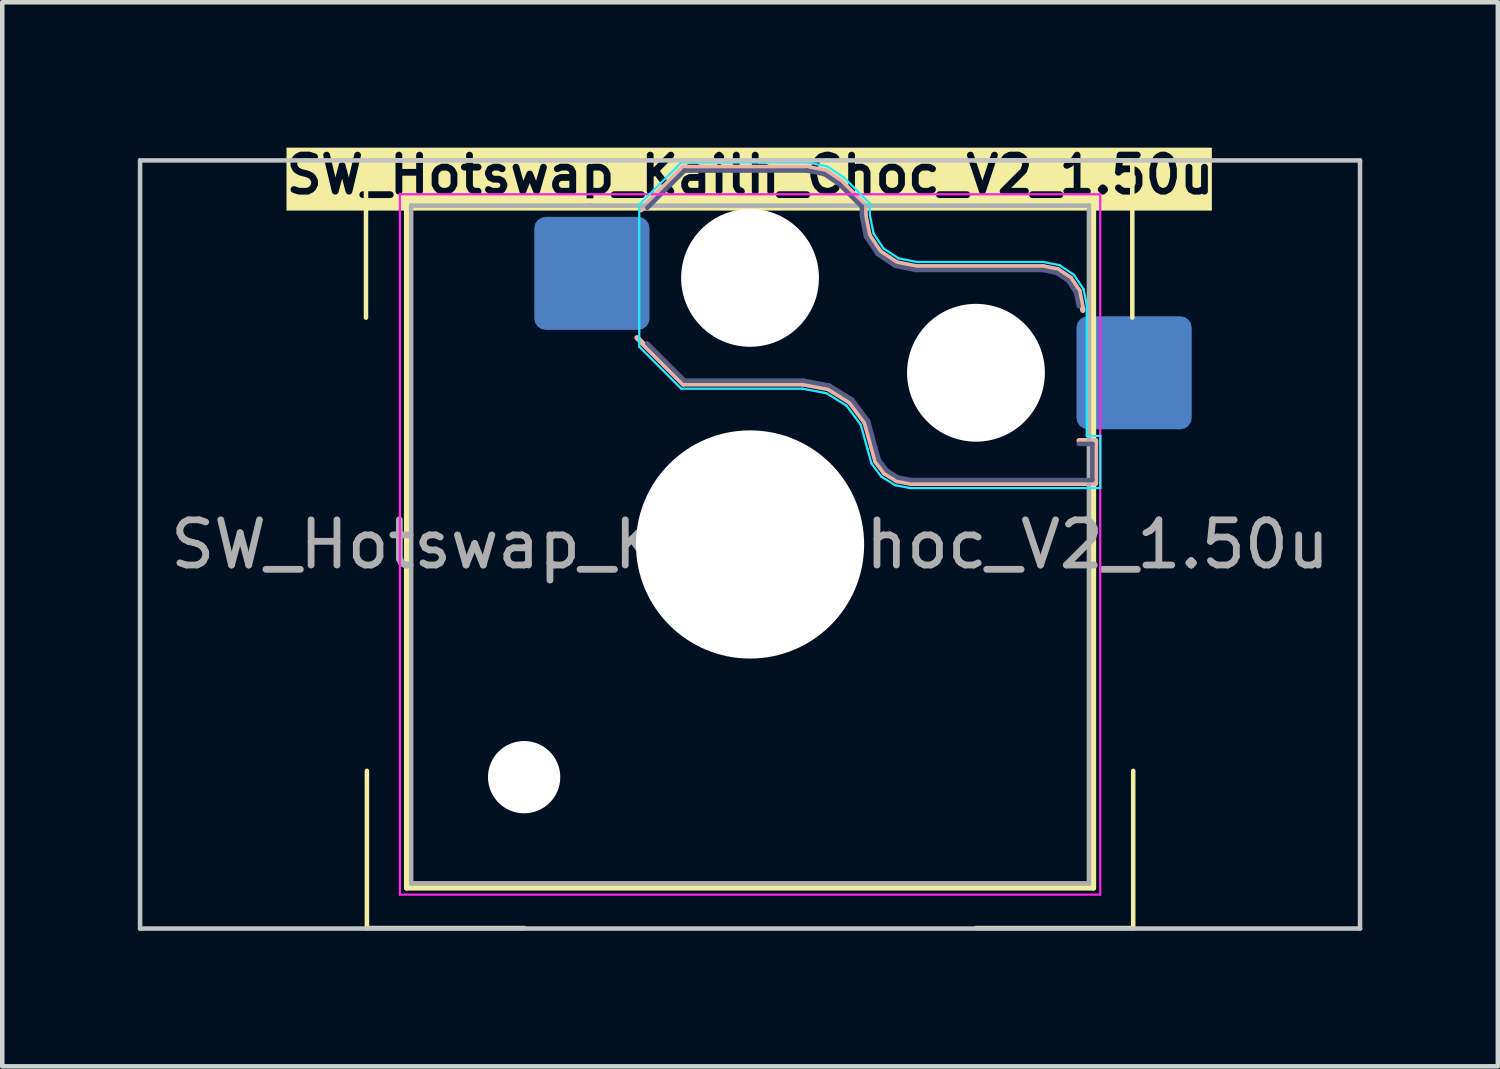
<source format=kicad_pcb>
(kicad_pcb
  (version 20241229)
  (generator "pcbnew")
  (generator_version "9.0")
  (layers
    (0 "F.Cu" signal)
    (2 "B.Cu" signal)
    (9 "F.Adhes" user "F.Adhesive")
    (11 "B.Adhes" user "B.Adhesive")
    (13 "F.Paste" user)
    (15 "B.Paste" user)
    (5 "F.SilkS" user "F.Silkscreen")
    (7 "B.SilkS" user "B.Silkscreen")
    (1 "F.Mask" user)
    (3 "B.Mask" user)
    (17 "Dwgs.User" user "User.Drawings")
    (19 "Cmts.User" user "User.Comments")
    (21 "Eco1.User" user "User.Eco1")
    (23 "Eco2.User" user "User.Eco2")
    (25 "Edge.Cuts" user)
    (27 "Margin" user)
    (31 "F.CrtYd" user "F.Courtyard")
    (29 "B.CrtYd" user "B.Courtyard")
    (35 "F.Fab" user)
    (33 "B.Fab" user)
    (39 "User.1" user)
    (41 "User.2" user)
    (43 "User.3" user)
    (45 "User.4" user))
  (footprint "SW_Hotswap_Kailh_Choc_V2_1.50u"
    (layer "F.Cu")
    (at 13.55 9)
    (property "Reference" "SW_Hotswap_Kailh_Choc_V2_1.50u" (at 0 -8.18 0) (layer "F.SilkS" knockout) (effects (font (size 0.8 0.8) (thickness 0.15))))
    (attr smd)
    (fp_line (start -8.5 -8.5) (end -5.02 -8.5) (stroke (width 0.1) (type default)) (layer "F.SilkS"))
    (fp_line (start -8.5 -5.02) (end -8.5 -8.5) (stroke (width 0.1) (type default)) (layer "F.SilkS"))
    (fp_line (start -8.48 5.01) (end -8.48 8.49) (stroke (width 0.1) (type default)) (layer "F.SilkS"))
    (fp_line (start -8.48 8.49) (end -5 8.49) (stroke (width 0.1) (type default)) (layer "F.SilkS"))
    (fp_line (start -7.6 -7.6) (end -7.6 7.6) (stroke (width 0.12) (type solid)) (layer "F.SilkS"))
    (fp_line (start -7.6 7.6) (end 7.6 7.6) (stroke (width 0.12) (type solid)) (layer "F.SilkS"))
    (fp_line (start 7.6 -7.6) (end -7.6 -7.6) (stroke (width 0.12) (type solid)) (layer "F.SilkS"))
    (fp_line (start 7.6 7.6) (end 7.6 -7.6) (stroke (width 0.12) (type solid)) (layer "F.SilkS"))
    (fp_line (start 8.46 -8.5) (end 4.98 -8.5) (stroke (width 0.1) (type default)) (layer "F.SilkS"))
    (fp_line (start 8.46 -5.02) (end 8.46 -8.5) (stroke (width 0.1) (type default)) (layer "F.SilkS"))
    (fp_line (start 8.48 5.01) (end 8.48 8.49) (stroke (width 0.1) (type default)) (layer "F.SilkS"))
    (fp_line (start 8.48 8.49) (end 5 8.49) (stroke (width 0.1) (type default)) (layer "F.SilkS"))
    (fp_line (start -2.416 -7.409) (end -1.479 -8.346) (stroke (width 0.12) (type solid)) (layer "B.SilkS"))
    (fp_line (start -1.479 -8.346) (end 1.268 -8.346) (stroke (width 0.12) (type solid)) (layer "B.SilkS"))
    (fp_line (start -1.479 -3.554) (end -2.5 -4.575) (stroke (width 0.12) (type solid)) (layer "B.SilkS"))
    (fp_line (start 1.168 -3.554) (end -1.479 -3.554) (stroke (width 0.12) (type solid)) (layer "B.SilkS"))
    (fp_line (start 1.268 -8.346) (end 1.671 -8.266) (stroke (width 0.12) (type solid)) (layer "B.SilkS"))
    (fp_line (start 1.671 -8.266) (end 2.013 -8.037) (stroke (width 0.12) (type solid)) (layer "B.SilkS"))
    (fp_line (start 1.73 -3.449) (end 1.168 -3.554) (stroke (width 0.12) (type solid)) (layer "B.SilkS"))
    (fp_line (start 2.013 -8.037) (end 2.546 -7.504) (stroke (width 0.12) (type solid)) (layer "B.SilkS"))
    (fp_line (start 2.209 -3.15) (end 1.73 -3.449) (stroke (width 0.12) (type solid)) (layer "B.SilkS"))
    (fp_line (start 2.546 -7.504) (end 2.546 -7.282) (stroke (width 0.12) (type solid)) (layer "B.SilkS"))
    (fp_line (start 2.546 -7.282) (end 2.633 -6.844) (stroke (width 0.12) (type solid)) (layer "B.SilkS"))
    (fp_line (start 2.547 -2.697) (end 2.209 -3.15) (stroke (width 0.12) (type solid)) (layer "B.SilkS"))
    (fp_line (start 2.633 -6.844) (end 2.877 -6.477) (stroke (width 0.12) (type solid)) (layer "B.SilkS"))
    (fp_line (start 2.701 -2.139) (end 2.547 -2.697) (stroke (width 0.12) (type solid)) (layer "B.SilkS"))
    (fp_line (start 2.783 -1.841) (end 2.701 -2.139) (stroke (width 0.12) (type solid)) (layer "B.SilkS"))
    (fp_line (start 2.877 -6.477) (end 3.244 -6.233) (stroke (width 0.12) (type solid)) (layer "B.SilkS"))
    (fp_line (start 2.976 -1.583) (end 2.783 -1.841) (stroke (width 0.12) (type solid)) (layer "B.SilkS"))
    (fp_line (start 3.244 -6.233) (end 3.682 -6.146) (stroke (width 0.12) (type solid)) (layer "B.SilkS"))
    (fp_line (start 3.25 -1.413) (end 2.976 -1.583) (stroke (width 0.12) (type solid)) (layer "B.SilkS"))
    (fp_line (start 3.56 -1.354) (end 3.25 -1.413) (stroke (width 0.12) (type solid)) (layer "B.SilkS"))
    (fp_line (start 3.682 -6.146) (end 6.482 -6.146) (stroke (width 0.12) (type solid)) (layer "B.SilkS"))
    (fp_line (start 6.482 -6.146) (end 6.809 -6.081) (stroke (width 0.12) (type solid)) (layer "B.SilkS"))
    (fp_line (start 6.809 -6.081) (end 7.092 -5.892) (stroke (width 0.12) (type solid)) (layer "B.SilkS"))
    (fp_line (start 7.092 -5.892) (end 7.281 -5.609) (stroke (width 0.12) (type solid)) (layer "B.SilkS"))
    (fp_line (start 7.281 -5.609) (end 7.366 -5.182) (stroke (width 0.12) (type solid)) (layer "B.SilkS"))
    (fp_line (start 7.283 -2.296) (end 7.646 -2.296) (stroke (width 0.12) (type solid)) (layer "B.SilkS"))
    (fp_line (start 7.646 -2.296) (end 7.646 -1.354) (stroke (width 0.12) (type solid)) (layer "B.SilkS"))
    (fp_line (start 7.646 -1.354) (end 3.56 -1.354) (stroke (width 0.12) (type solid)) (layer "B.SilkS"))
    (fp_line (start -13.5 -8.5) (end -13.5 8.5) (stroke (width 0.1) (type solid)) (layer "Dwgs.User"))
    (fp_line (start -13.5 8.5) (end 13.5 8.5) (stroke (width 0.1) (type solid)) (layer "Dwgs.User"))
    (fp_line (start 13.5 -8.5) (end -13.5 -8.5) (stroke (width 0.1) (type solid)) (layer "Dwgs.User"))
    (fp_line (start 13.5 8.5) (end 13.5 -8.5) (stroke (width 0.1) (type solid)) (layer "Dwgs.User"))
    (fp_line (start -7.25 -7.25) (end -7.25 7.25) (stroke (width 0.1) (type solid)) (layer "Eco1.User"))
    (fp_line (start -7.25 7.25) (end 7.25 7.25) (stroke (width 0.1) (type solid)) (layer "Eco1.User"))
    (fp_line (start 7.25 -7.25) (end -7.25 -7.25) (stroke (width 0.1) (type solid)) (layer "Eco1.User"))
    (fp_line (start 7.25 7.25) (end 7.25 -7.25) (stroke (width 0.1) (type solid)) (layer "Eco1.User"))
    (fp_line (start -2.452 -7.523) (end -1.523 -8.452) (stroke (width 0.05) (type solid)) (layer "B.CrtYd"))
    (fp_line (start -2.452 -4.377) (end -2.452 -7.523) (stroke (width 0.05) (type solid)) (layer "B.CrtYd"))
    (fp_line (start -1.523 -8.452) (end 1.278 -8.452) (stroke (width 0.05) (type solid)) (layer "B.CrtYd"))
    (fp_line (start -1.523 -3.448) (end -2.452 -4.377) (stroke (width 0.05) (type solid)) (layer "B.CrtYd"))
    (fp_line (start 1.159 -3.448) (end -1.523 -3.448) (stroke (width 0.05) (type solid)) (layer "B.CrtYd"))
    (fp_line (start 1.278 -8.452) (end 1.712 -8.366) (stroke (width 0.05) (type solid)) (layer "B.CrtYd"))
    (fp_line (start 1.691 -3.348) (end 1.159 -3.448) (stroke (width 0.05) (type solid)) (layer "B.CrtYd"))
    (fp_line (start 1.712 -8.366) (end 2.081 -8.119) (stroke (width 0.05) (type solid)) (layer "B.CrtYd"))
    (fp_line (start 2.081 -8.119) (end 2.652 -7.548) (stroke (width 0.05) (type solid)) (layer "B.CrtYd"))
    (fp_line (start 2.136 -3.071) (end 1.691 -3.348) (stroke (width 0.05) (type solid)) (layer "B.CrtYd"))
    (fp_line (start 2.45 -2.65) (end 2.136 -3.071) (stroke (width 0.05) (type solid)) (layer "B.CrtYd"))
    (fp_line (start 2.599 -2.111) (end 2.45 -2.65) (stroke (width 0.05) (type solid)) (layer "B.CrtYd"))
    (fp_line (start 2.652 -7.548) (end 2.652 -7.292) (stroke (width 0.05) (type solid)) (layer "B.CrtYd"))
    (fp_line (start 2.652 -7.292) (end 2.733 -6.885) (stroke (width 0.05) (type solid)) (layer "B.CrtYd"))
    (fp_line (start 2.687 -1.794) (end 2.599 -2.111) (stroke (width 0.05) (type solid)) (layer "B.CrtYd"))
    (fp_line (start 2.733 -6.885) (end 2.953 -6.553) (stroke (width 0.05) (type solid)) (layer "B.CrtYd"))
    (fp_line (start 2.903 -1.503) (end 2.687 -1.794) (stroke (width 0.05) (type solid)) (layer "B.CrtYd"))
    (fp_line (start 2.953 -6.553) (end 3.285 -6.333) (stroke (width 0.05) (type solid)) (layer "B.CrtYd"))
    (fp_line (start 3.211 -1.312) (end 2.903 -1.503) (stroke (width 0.05) (type solid)) (layer "B.CrtYd"))
    (fp_line (start 3.285 -6.333) (end 3.692 -6.252) (stroke (width 0.05) (type solid)) (layer "B.CrtYd"))
    (fp_line (start 3.55 -1.248) (end 3.211 -1.312) (stroke (width 0.05) (type solid)) (layer "B.CrtYd"))
    (fp_line (start 3.692 -6.252) (end 6.492 -6.252) (stroke (width 0.05) (type solid)) (layer "B.CrtYd"))
    (fp_line (start 6.492 -6.252) (end 6.85 -6.181) (stroke (width 0.05) (type solid)) (layer "B.CrtYd"))
    (fp_line (start 6.85 -6.181) (end 7.168 -5.968) (stroke (width 0.05) (type solid)) (layer "B.CrtYd"))
    (fp_line (start 7.168 -5.968) (end 7.381 -5.65) (stroke (width 0.05) (type solid)) (layer "B.CrtYd"))
    (fp_line (start 7.381 -5.65) (end 7.452 -5.292) (stroke (width 0.05) (type solid)) (layer "B.CrtYd"))
    (fp_line (start 7.452 -5.292) (end 7.452 -2.402) (stroke (width 0.05) (type solid)) (layer "B.CrtYd"))
    (fp_line (start 7.452 -2.402) (end 7.752 -2.402) (stroke (width 0.05) (type solid)) (layer "B.CrtYd"))
    (fp_line (start 7.752 -2.402) (end 7.752 -1.248) (stroke (width 0.05) (type solid)) (layer "B.CrtYd"))
    (fp_line (start 7.752 -1.248) (end 3.55 -1.248) (stroke (width 0.05) (type solid)) (layer "B.CrtYd"))
    (fp_line (start -7.75 -7.75) (end -7.75 7.75) (stroke (width 0.05) (type solid)) (layer "F.CrtYd"))
    (fp_line (start -7.75 7.75) (end 7.75 7.75) (stroke (width 0.05) (type solid)) (layer "F.CrtYd"))
    (fp_line (start 7.75 -7.75) (end -7.75 -7.75) (stroke (width 0.05) (type solid)) (layer "F.CrtYd"))
    (fp_line (start 7.75 7.75) (end 7.75 -7.75) (stroke (width 0.05) (type solid)) (layer "F.CrtYd"))
    (fp_line (start -2.275 -7.45) (end -1.45 -8.275) (stroke (width 0.1) (type solid)) (layer "B.Fab"))
    (fp_line (start -1.45 -8.275) (end 1.261 -8.275) (stroke (width 0.1) (type solid)) (layer "B.Fab"))
    (fp_line (start -1.45 -3.625) (end -2.275 -4.45) (stroke (width 0.1) (type solid)) (layer "B.Fab"))
    (fp_line (start 1.175 -3.625) (end -1.45 -3.625) (stroke (width 0.1) (type solid)) (layer "B.Fab"))
    (fp_line (start 1.261 -8.275) (end 1.643 -8.199) (stroke (width 0.1) (type solid)) (layer "B.Fab"))
    (fp_line (start 1.643 -8.199) (end 1.968 -7.982) (stroke (width 0.1) (type solid)) (layer "B.Fab"))
    (fp_line (start 1.756 -3.516) (end 1.175 -3.625) (stroke (width 0.1) (type solid)) (layer "B.Fab"))
    (fp_line (start 1.968 -7.982) (end 2.475 -7.475) (stroke (width 0.1) (type solid)) (layer "B.Fab"))
    (fp_line (start 2.258 -3.203) (end 1.756 -3.516) (stroke (width 0.1) (type solid)) (layer "B.Fab"))
    (fp_line (start 2.475 -7.475) (end 2.475 -7.275) (stroke (width 0.1) (type solid)) (layer "B.Fab"))
    (fp_line (start 2.475 -7.275) (end 2.566 -6.816) (stroke (width 0.1) (type solid)) (layer "B.Fab"))
    (fp_line (start 2.566 -6.816) (end 2.826 -6.426) (stroke (width 0.1) (type solid)) (layer "B.Fab"))
    (fp_line (start 2.612 -2.729) (end 2.258 -3.203) (stroke (width 0.1) (type solid)) (layer "B.Fab"))
    (fp_line (start 2.769 -2.158) (end 2.612 -2.729) (stroke (width 0.1) (type solid)) (layer "B.Fab"))
    (fp_line (start 2.826 -6.426) (end 3.216 -6.166) (stroke (width 0.1) (type solid)) (layer "B.Fab"))
    (fp_line (start 2.848 -1.873) (end 2.769 -2.158) (stroke (width 0.1) (type solid)) (layer "B.Fab"))
    (fp_line (start 3.025 -1.636) (end 2.848 -1.873) (stroke (width 0.1) (type solid)) (layer "B.Fab"))
    (fp_line (start 3.216 -6.166) (end 3.675 -6.075) (stroke (width 0.1) (type solid)) (layer "B.Fab"))
    (fp_line (start 3.276 -1.48) (end 3.025 -1.636) (stroke (width 0.1) (type solid)) (layer "B.Fab"))
    (fp_line (start 3.567 -1.425) (end 3.276 -1.48) (stroke (width 0.1) (type solid)) (layer "B.Fab"))
    (fp_line (start 3.675 -6.075) (end 6.475 -6.075) (stroke (width 0.1) (type solid)) (layer "B.Fab"))
    (fp_line (start 6.475 -6.075) (end 6.781 -6.014) (stroke (width 0.1) (type solid)) (layer "B.Fab"))
    (fp_line (start 6.781 -6.014) (end 7.041 -5.841) (stroke (width 0.1) (type solid)) (layer "B.Fab"))
    (fp_line (start 7.041 -5.841) (end 7.214 -5.581) (stroke (width 0.1) (type solid)) (layer "B.Fab"))
    (fp_line (start 7.214 -5.581) (end 7.275 -5.275) (stroke (width 0.1) (type solid)) (layer "B.Fab"))
    (fp_line (start 7.275 -2.225) (end 7.575 -2.225) (stroke (width 0.1) (type solid)) (layer "B.Fab"))
    (fp_line (start 7.575 -2.225) (end 7.575 -1.425) (stroke (width 0.1) (type solid)) (layer "B.Fab"))
    (fp_line (start 7.575 -1.425) (end 3.567 -1.425) (stroke (width 0.1) (type solid)) (layer "B.Fab"))
    (fp_line (start -7.5 -7.5) (end -7.5 7.5) (stroke (width 0.1) (type solid)) (layer "F.Fab"))
    (fp_line (start -7.5 7.5) (end 7.5 7.5) (stroke (width 0.1) (type solid)) (layer "F.Fab"))
    (fp_line (start 7.5 -7.5) (end -7.5 -7.5) (stroke (width 0.1) (type solid)) (layer "F.Fab"))
    (fp_line (start 7.5 7.5) (end 7.5 -7.5) (stroke (width 0.1) (type solid)) (layer "F.Fab"))
    (fp_text user "${REFERENCE}" (at 0 0 0) (layer "F.Fab") (effects (font (size 1 1) (thickness 0.15))))
    (pad "" np_thru_hole circle (at -5 5.15) (size 1.6 1.6) (drill 1.6) (layers "*.Cu" "*.Mask"))
    (pad "" np_thru_hole circle (at 0 -5.9) (size 3.05 3.05) (drill 3.05) (layers "*.Cu" "*.Mask"))
    (pad "" np_thru_hole circle (at 0 0) (size 5.05 5.05) (drill 5.05) (layers "*.Cu" "*.Mask"))
    (pad "" np_thru_hole circle (at 5 -3.8) (size 3.05 3.05) (drill 3.05) (layers "*.Cu" "*.Mask"))
    (pad "1" smd roundrect (at -3.5 -6) (size 2.55 2.5) (layers "B.Cu" "B.Mask" "B.Paste") (roundrect_rratio 0.1))
    (pad "2" smd roundrect (at 8.5 -3.8) (size 2.55 2.5) (layers "B.Cu" "B.Mask" "B.Paste") (roundrect_rratio 0.1)))
  (gr_rect
    (start -3 -3)
    (end 30.1 20.55)
    (stroke (width 0.1) (type default))
    (fill no)
    (layer "Edge.Cuts")))
</source>
